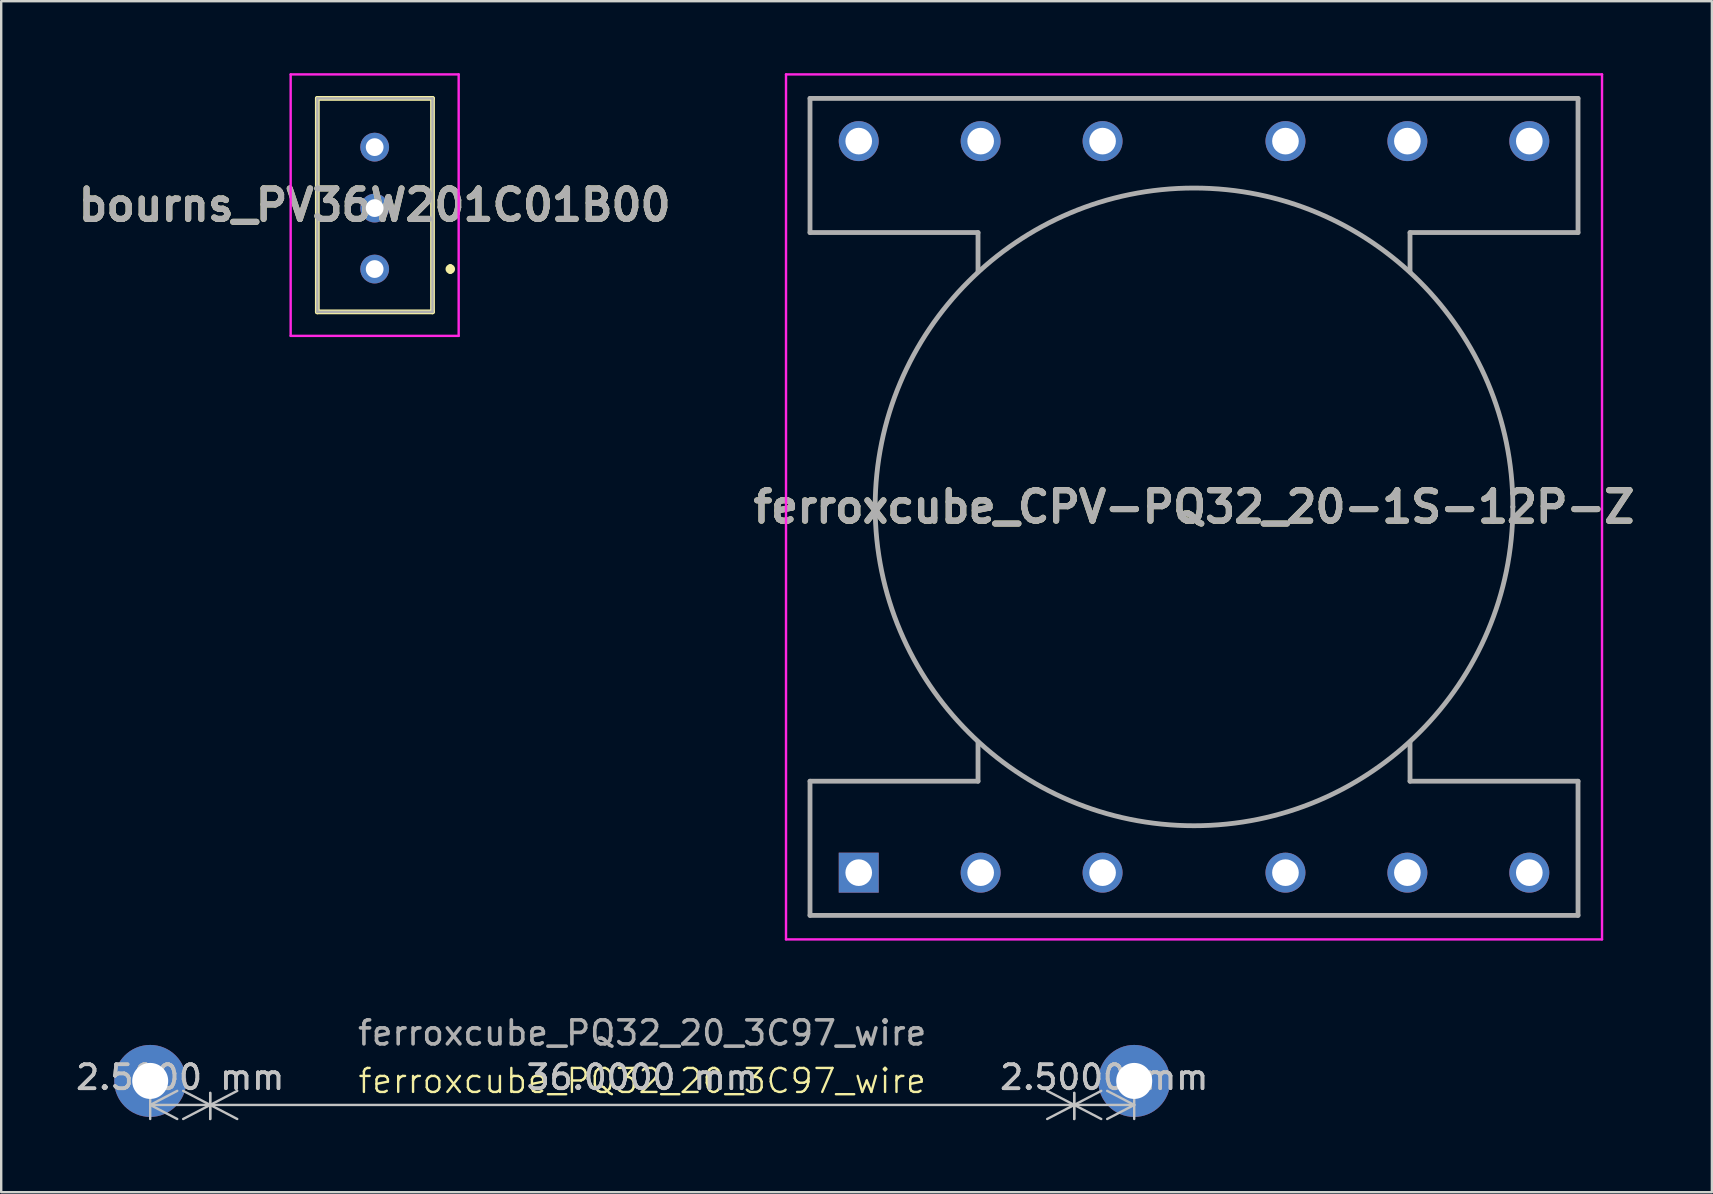
<source format=kicad_pcb>
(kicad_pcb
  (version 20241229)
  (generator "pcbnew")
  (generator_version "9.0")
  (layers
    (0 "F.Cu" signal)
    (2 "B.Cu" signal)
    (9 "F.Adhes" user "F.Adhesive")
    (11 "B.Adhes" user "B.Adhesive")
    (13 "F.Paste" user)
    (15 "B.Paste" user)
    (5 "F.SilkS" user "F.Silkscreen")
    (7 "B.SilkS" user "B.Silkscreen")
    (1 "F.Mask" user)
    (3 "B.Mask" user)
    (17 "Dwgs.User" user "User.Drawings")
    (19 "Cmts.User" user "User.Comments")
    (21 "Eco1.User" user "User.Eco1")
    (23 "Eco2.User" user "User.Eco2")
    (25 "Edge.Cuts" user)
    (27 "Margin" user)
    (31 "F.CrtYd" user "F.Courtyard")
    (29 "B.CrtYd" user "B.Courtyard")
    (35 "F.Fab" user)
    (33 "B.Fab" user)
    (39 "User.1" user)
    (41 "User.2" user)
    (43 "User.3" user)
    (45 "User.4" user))
  (footprint "ferroxcube_PQ32_20_3C97_wire"
    (layer "F.Cu")
    (at 0.708 41.988)
    (property "Reference" "ferroxcube_PQ32_20_3C97_wire" (at 23 0 0) (unlocked yes) (layer "F.SilkS") (effects (font (size 1 1) (thickness 0.1))))
    (attr through_hole)
    (fp_text user "${REFERENCE}" (at 23 -2 0) (unlocked yes) (layer "F.Fab") (effects (font (size 1 1) (thickness 0.15))))
    (dimension (type aligned) (layer "Dwgs.User") (pts (xy 41.708 41.988) (xy 44.208 41.988)) (height 1) (format (prefix "") (suffix "") (units 3) (units_format 1) (precision 4)) (style (thickness 0.1) (arrow_length 1.27) (text_position_mode 0) (arrow_direction outward) (extension_height 0.586) (extension_offset 0.5) (keep_text_aligned yes)) (gr_text "2.5000 mm" (at 42.958 41.838 0) (layer "Dwgs.User") (effects (font (size 1 1) (thickness 0.15)))))
    (dimension (type aligned) (layer "Dwgs.User") (pts (xy 5.708 41.988) (xy 3.208 41.988)) (height -1) (format (prefix "") (suffix "") (units 3) (units_format 1) (precision 4)) (style (thickness 0.1) (arrow_length 1.27) (text_position_mode 0) (arrow_direction outward) (extension_height 0.586) (extension_offset 0.5) (keep_text_aligned yes)) (gr_text "2.5000 mm" (at 4.458 41.838 0) (layer "Dwgs.User") (effects (font (size 1 1) (thickness 0.15)))))
    (dimension (type aligned) (layer "Dwgs.User") (pts (xy 5.708 41.988) (xy 41.708 41.988)) (height 1) (format (prefix "") (suffix "") (units 3) (units_format 1) (precision 4)) (style (thickness 0.1) (arrow_length 1.27) (text_position_mode 0) (arrow_direction outward) (extension_height 0.586) (extension_offset 0.5) (keep_text_aligned yes)) (gr_text "36.0000 mm" (at 23.708 41.838 0) (layer "Dwgs.User") (effects (font (size 1 1) (thickness 0.15)))))
    (pad "1" thru_hole circle (at 2.5 0) (size 3 3) (drill 1.5) (layers "*.Cu" "*.Mask"))
    (pad "2" thru_hole circle (at 43.5 0) (size 3 3) (drill 1.5) (layers "*.Cu" "*.Mask")))
  (footprint "ferroxcube_CPV-PQ32_20-1S-12P-Z"
    (layer "F.Cu")
    (at 32.73 33.31)
    (property "Reference" "ferroxcube_CPV-PQ32_20-1S-12P-Z" (at 13.97 -15.24 0) (layer "F.SilkS") (effects (font (size 1.27 1.27) (thickness 0.254))))
    (attr through_hole)
    (fp_line (start -2.03 -32.24) (end 29.97 -32.24) (stroke (width 0.1) (type solid)) (layer "F.SilkS"))
    (fp_line (start -2.03 -26.67) (end -2.03 -32.24) (stroke (width 0.1) (type solid)) (layer "F.SilkS"))
    (fp_line (start -2.03 -3.81) (end -2.03 1.78) (stroke (width 0.1) (type solid)) (layer "F.SilkS"))
    (fp_line (start -2.03 1.78) (end 29.97 1.78) (stroke (width 0.1) (type solid)) (layer "F.SilkS"))
    (fp_line (start 0.685 -15.24) (end 0.685 -15.24) (stroke (width 0.1) (type solid)) (layer "F.SilkS"))
    (fp_line (start 4.97 -26.67) (end -2.03 -26.67) (stroke (width 0.1) (type solid)) (layer "F.SilkS"))
    (fp_line (start 4.97 -25.04) (end 4.97 -26.67) (stroke (width 0.1) (type solid)) (layer "F.SilkS"))
    (fp_line (start 4.97 -5.44) (end 4.97 -3.81) (stroke (width 0.1) (type solid)) (layer "F.SilkS"))
    (fp_line (start 4.97 -3.81) (end -2.03 -3.81) (stroke (width 0.1) (type solid)) (layer "F.SilkS"))
    (fp_line (start 22.97 -26.67) (end 22.97 -25.04) (stroke (width 0.1) (type solid)) (layer "F.SilkS"))
    (fp_line (start 22.97 -3.81) (end 22.97 -5.44) (stroke (width 0.1) (type solid)) (layer "F.SilkS"))
    (fp_line (start 27.255 -15.24) (end 27.255 -15.24) (stroke (width 0.1) (type solid)) (layer "F.SilkS"))
    (fp_line (start 29.97 -32.24) (end 29.97 -26.67) (stroke (width 0.1) (type solid)) (layer "F.SilkS"))
    (fp_line (start 29.97 -26.67) (end 22.97 -26.67) (stroke (width 0.1) (type solid)) (layer "F.SilkS"))
    (fp_line (start 29.97 -3.81) (end 22.97 -3.81) (stroke (width 0.1) (type solid)) (layer "F.SilkS"))
    (fp_line (start 29.97 1.78) (end 29.97 -3.81) (stroke (width 0.1) (type solid)) (layer "F.SilkS"))
    (fp_arc (start 0.685 -15.24) (mid 13.97 -28.525) (end 27.255 -15.24) (stroke (width 0.1) (type solid)) (layer "F.SilkS"))
    (fp_arc (start 27.255 -15.24) (mid 13.97 -1.955) (end 0.685 -15.24) (stroke (width 0.1) (type solid)) (layer "F.SilkS"))
    (fp_line (start -3.03 -33.26) (end 30.97 -33.26) (stroke (width 0.1) (type solid)) (layer "F.CrtYd"))
    (fp_line (start -3.03 2.78) (end -3.03 -33.26) (stroke (width 0.1) (type solid)) (layer "F.CrtYd"))
    (fp_line (start 30.97 -33.26) (end 30.97 2.78) (stroke (width 0.1) (type solid)) (layer "F.CrtYd"))
    (fp_line (start 30.97 2.78) (end -3.03 2.78) (stroke (width 0.1) (type solid)) (layer "F.CrtYd"))
    (fp_line (start -2.03 -32.26) (end 29.97 -32.26) (stroke (width 0.2) (type solid)) (layer "F.Fab"))
    (fp_line (start -2.03 -26.67) (end -2.03 -32.26) (stroke (width 0.2) (type solid)) (layer "F.Fab"))
    (fp_line (start -2.03 -3.81) (end -2.03 1.78) (stroke (width 0.2) (type solid)) (layer "F.Fab"))
    (fp_line (start -2.03 1.78) (end 29.97 1.78) (stroke (width 0.2) (type solid)) (layer "F.Fab"))
    (fp_line (start 0.685 -15.24) (end 0.685 -15.24) (stroke (width 0.2) (type solid)) (layer "F.Fab"))
    (fp_line (start 4.97 -26.67) (end -2.03 -26.67) (stroke (width 0.2) (type solid)) (layer "F.Fab"))
    (fp_line (start 4.97 -25.04) (end 4.97 -26.67) (stroke (width 0.2) (type solid)) (layer "F.Fab"))
    (fp_line (start 4.97 -5.44) (end 4.97 -3.81) (stroke (width 0.2) (type solid)) (layer "F.Fab"))
    (fp_line (start 4.97 -3.81) (end -2.03 -3.81) (stroke (width 0.2) (type solid)) (layer "F.Fab"))
    (fp_line (start 22.97 -26.67) (end 22.97 -25.04) (stroke (width 0.2) (type solid)) (layer "F.Fab"))
    (fp_line (start 22.97 -3.81) (end 22.97 -5.44) (stroke (width 0.2) (type solid)) (layer "F.Fab"))
    (fp_line (start 27.255 -15.24) (end 27.255 -15.24) (stroke (width 0.2) (type solid)) (layer "F.Fab"))
    (fp_line (start 29.97 -32.26) (end 29.97 -26.67) (stroke (width 0.2) (type solid)) (layer "F.Fab"))
    (fp_line (start 29.97 -26.67) (end 22.97 -26.67) (stroke (width 0.2) (type solid)) (layer "F.Fab"))
    (fp_line (start 29.97 -3.81) (end 22.97 -3.81) (stroke (width 0.2) (type solid)) (layer "F.Fab"))
    (fp_line (start 29.97 1.78) (end 29.97 -3.81) (stroke (width 0.2) (type solid)) (layer "F.Fab"))
    (fp_arc (start 0.685 -15.24) (mid 13.97 -28.525) (end 27.255 -15.24) (stroke (width 0.2) (type solid)) (layer "F.Fab"))
    (fp_arc (start 27.255 -15.24) (mid 13.97 -1.955) (end 0.685 -15.24) (stroke (width 0.2) (type solid)) (layer "F.Fab"))
    (fp_text user "${REFERENCE}" (at 13.97 -15.24 0) (layer "F.Fab") (effects (font (size 1.27 1.27) (thickness 0.254))))
    (pad "1" thru_hole rect (at 0 0) (size 1.665 1.665) (drill 1.11) (layers "*.Cu" "*.Mask"))
    (pad "2" thru_hole circle (at 5.08 0) (size 1.665 1.665) (drill 1.11) (layers "*.Cu" "*.Mask"))
    (pad "3" thru_hole circle (at 10.16 0) (size 1.665 1.665) (drill 1.11) (layers "*.Cu" "*.Mask"))
    (pad "4" thru_hole circle (at 17.78 0) (size 1.665 1.665) (drill 1.11) (layers "*.Cu" "*.Mask"))
    (pad "5" thru_hole circle (at 22.86 0) (size 1.665 1.665) (drill 1.11) (layers "*.Cu" "*.Mask"))
    (pad "6" thru_hole circle (at 27.94 0) (size 1.665 1.665) (drill 1.11) (layers "*.Cu" "*.Mask"))
    (pad "7" thru_hole circle (at 27.94 -30.48) (size 1.665 1.665) (drill 1.11) (layers "*.Cu" "*.Mask"))
    (pad "8" thru_hole circle (at 22.86 -30.48) (size 1.665 1.665) (drill 1.11) (layers "*.Cu" "*.Mask"))
    (pad "9" thru_hole circle (at 17.78 -30.48) (size 1.665 1.665) (drill 1.11) (layers "*.Cu" "*.Mask"))
    (pad "10" thru_hole circle (at 10.16 -30.48) (size 1.665 1.665) (drill 1.11) (layers "*.Cu" "*.Mask"))
    (pad "11" thru_hole circle (at 5.08 -30.48) (size 1.665 1.665) (drill 1.11) (layers "*.Cu" "*.Mask"))
    (pad "12" thru_hole circle (at 0 -30.48) (size 1.665 1.665) (drill 1.11) (layers "*.Cu" "*.Mask")))
  (footprint "bourns_PV36W201C01B00"
    (layer "F.Cu")
    (at 12.561 8.16)
    (property "Reference" "bourns_PV36W201C01B00" (at 0 -2.663 0) (layer "F.SilkS") (effects (font (size 1.27 1.27) (thickness 0.254))))
    (attr through_hole)
    (fp_line (start -2.389 -7.11) (end 2.41 -7.11) (stroke (width 0.2) (type solid)) (layer "F.SilkS"))
    (fp_line (start -2.389 1.784) (end -2.389 -7.11) (stroke (width 0.2) (type solid)) (layer "F.SilkS"))
    (fp_line (start 2.41 -7.11) (end 2.41 1.784) (stroke (width 0.2) (type solid)) (layer "F.SilkS"))
    (fp_line (start 2.41 1.784) (end -2.389 1.784) (stroke (width 0.2) (type solid)) (layer "F.SilkS"))
    (fp_line (start 3.151 -0.1) (end 3.151 -0.1) (stroke (width 0.2) (type solid)) (layer "F.SilkS"))
    (fp_line (start 3.151 0.1) (end 3.151 0.1) (stroke (width 0.2) (type solid)) (layer "F.SilkS"))
    (fp_arc (start 3.151 -0.1) (mid 3.251 0) (end 3.151 0.1) (stroke (width 0.2) (type solid)) (layer "F.SilkS"))
    (fp_arc (start 3.151 0.1) (mid 3.051 0) (end 3.151 -0.1) (stroke (width 0.2) (type solid)) (layer "F.SilkS"))
    (fp_line (start -3.5 -8.11) (end 3.5 -8.11) (stroke (width 0.1) (type solid)) (layer "F.CrtYd"))
    (fp_line (start -3.5 2.784) (end -3.5 -8.11) (stroke (width 0.1) (type solid)) (layer "F.CrtYd"))
    (fp_line (start 3.5 -8.11) (end 3.5 2.784) (stroke (width 0.1) (type solid)) (layer "F.CrtYd"))
    (fp_line (start 3.5 2.784) (end -3.5 2.784) (stroke (width 0.1) (type solid)) (layer "F.CrtYd"))
    (fp_line (start -2.389 -7.11) (end 2.41 -7.11) (stroke (width 0.1) (type solid)) (layer "F.Fab"))
    (fp_line (start -2.389 1.784) (end -2.389 -7.11) (stroke (width 0.1) (type solid)) (layer "F.Fab"))
    (fp_line (start 2.41 -7.11) (end 2.41 1.784) (stroke (width 0.1) (type solid)) (layer "F.Fab"))
    (fp_line (start 2.41 1.784) (end -2.389 1.784) (stroke (width 0.1) (type solid)) (layer "F.Fab"))
    (fp_text user "${REFERENCE}" (at 0 -2.663 0) (layer "F.Fab") (effects (font (size 1.27 1.27) (thickness 0.254))))
    (pad "1" thru_hole circle (at 0 0) (size 1.2 1.2) (drill 0.74) (layers "*.Cu" "*.Mask"))
    (pad "2" thru_hole circle (at 0 -2.54) (size 1.2 1.2) (drill 0.74) (layers "*.Cu" "*.Mask"))
    (pad "3" thru_hole circle (at 0 -5.08) (size 1.2 1.2) (drill 0.74) (layers "*.Cu" "*.Mask")))
  (gr_rect
    (start -3 -3)
    (end 68.278 46.625)
    (stroke (width 0.1) (type default))
    (fill no)
    (layer "Edge.Cuts")))
</source>
